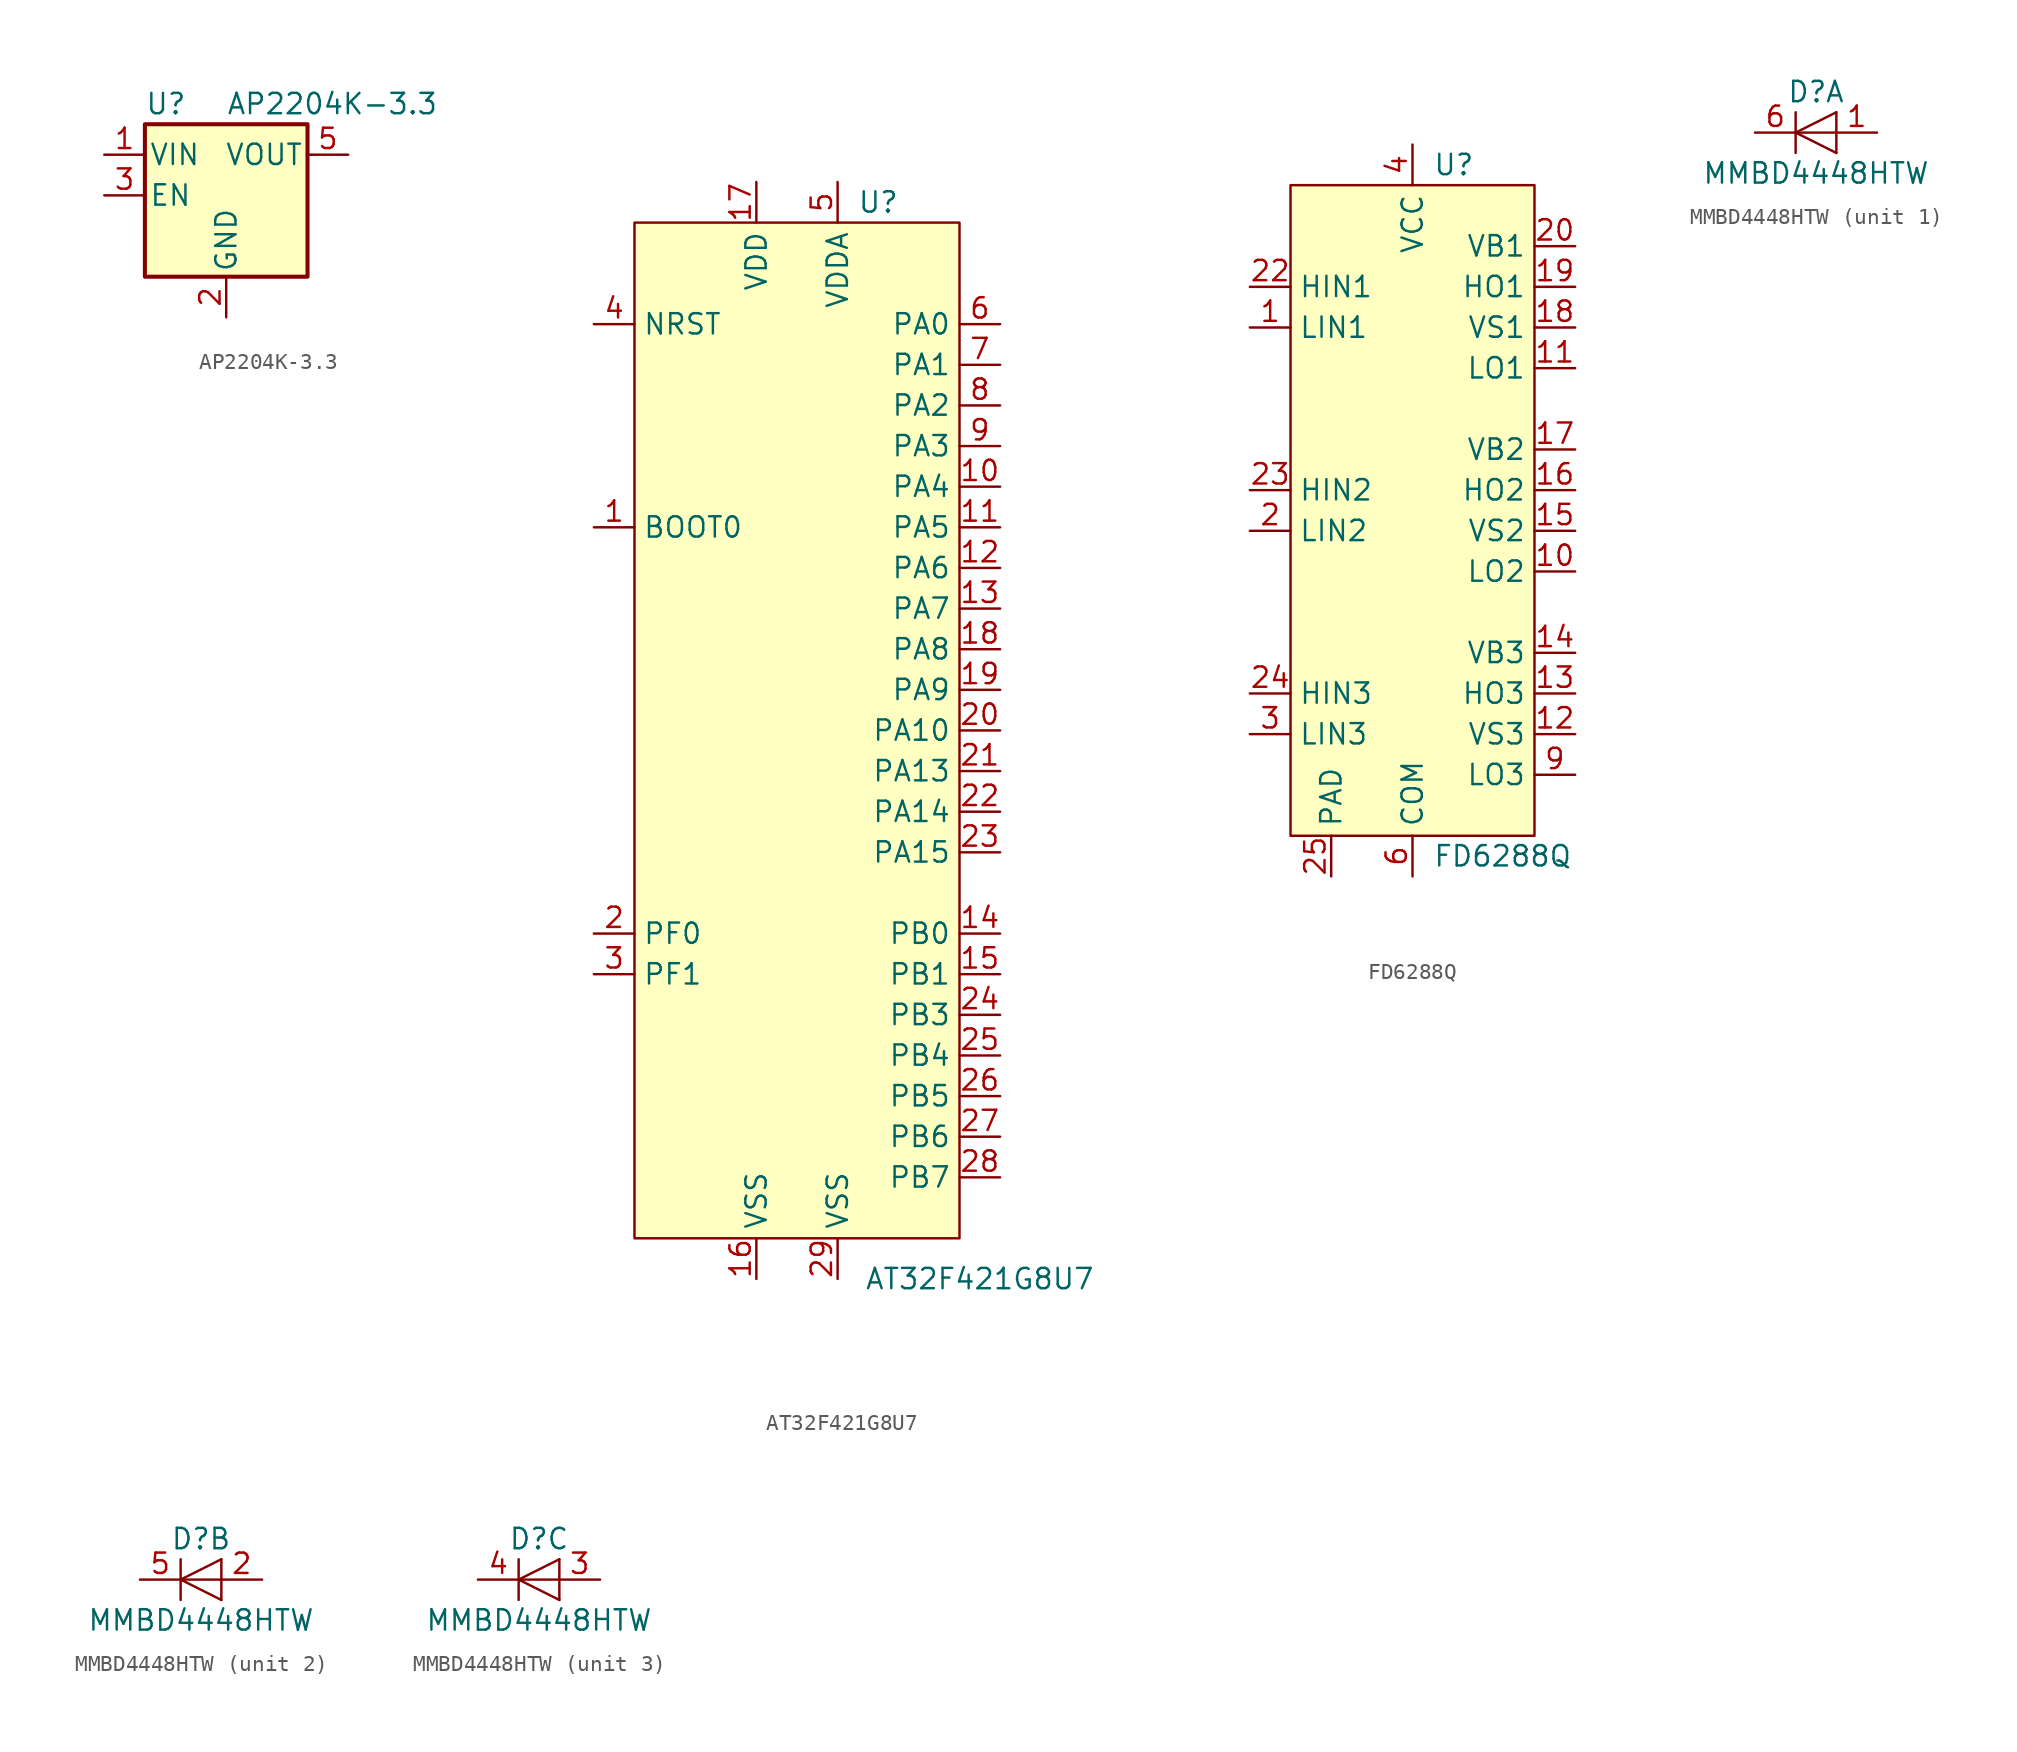
<source format=kicad_sym>
(kicad_symbol_lib
  (version 20220914)
  (generator kicad_symbol_editor)
  (symbol "AP2204K-3.3"
    (pin_names
      (offset 0.254))
    (property "Reference" "U"
      (at -5.08 5.715 0)
      (effects (font (size 1.27 1.27)) (justify left)))
    (property "Value" "AP2204K-3.3"
      (at 0 5.715 0)
      (effects (font (size 1.27 1.27)) (justify left)))
    (symbol "AP2204K-3.3_0_1"
      (rectangle (start -5.08 4.445) (end 5.08 -5.08) (stroke (width 0.254) (type default)) (fill (type background))))
    (symbol "AP2204K-3.3_1_1"
      (pin power_in line (at -7.62 2.54 0) (length 2.54) (name "VIN" (effects (font (size 1.27 1.27)))) (number "1" (effects (font (size 1.27 1.27)))))
      (pin power_in line (at 0 -7.62 90) (length 2.54) (name "GND" (effects (font (size 1.27 1.27)))) (number "2" (effects (font (size 1.27 1.27)))))
      (pin input line (at -7.62 0 0) (length 2.54) (name "EN" (effects (font (size 1.27 1.27)))) (number "3" (effects (font (size 1.27 1.27)))))
      (pin no_connect line (at 5.08 0 180) (length 2.54) hide (name "NC" (effects (font (size 1.27 1.27)))) (number "4" (effects (font (size 1.27 1.27)))))
      (pin power_out line (at 7.62 2.54 180) (length 2.54) (name "VOUT" (effects (font (size 1.27 1.27)))) (number "5" (effects (font (size 1.27 1.27)))))))
  (symbol "AT32F421G8U7"
    (property "Reference" "U"
      (at 5.08 33.02 0)
      (effects (font (size 1.27 1.27))))
    (property "Value" "AT32F421G8U7"
      (at 11.43 -34.29 0)
      (effects (font (size 1.27 1.27))))
    (symbol "AT32F421G8U7_1_1"
      (rectangle (start -10.16 31.75) (end 10.16 -31.75) (stroke (width 0) (type default)) (fill (type background)))
      (pin passive line (at -12.7 12.7 0) (length 2.54) (name "BOOT0" (effects (font (size 1.27 1.27)))) (number "1" (effects (font (size 1.27 1.27)))))
      (pin passive line (at 12.7 15.24 180) (length 2.54) (name "PA4" (effects (font (size 1.27 1.27)))) (number "10" (effects (font (size 1.27 1.27)))))
      (pin passive line (at 12.7 12.7 180) (length 2.54) (name "PA5" (effects (font (size 1.27 1.27)))) (number "11" (effects (font (size 1.27 1.27)))))
      (pin passive line (at 12.7 10.16 180) (length 2.54) (name "PA6" (effects (font (size 1.27 1.27)))) (number "12" (effects (font (size 1.27 1.27)))))
      (pin passive line (at 12.7 7.62 180) (length 2.54) (name "PA7" (effects (font (size 1.27 1.27)))) (number "13" (effects (font (size 1.27 1.27)))))
      (pin passive line (at 12.7 -12.7 180) (length 2.54) (name "PB0" (effects (font (size 1.27 1.27)))) (number "14" (effects (font (size 1.27 1.27)))))
      (pin passive line (at 12.7 -15.24 180) (length 2.54) (name "PB1" (effects (font (size 1.27 1.27)))) (number "15" (effects (font (size 1.27 1.27)))))
      (pin passive line (at -2.54 -34.29 90) (length 2.54) (name "VSS" (effects (font (size 1.27 1.27)))) (number "16" (effects (font (size 1.27 1.27)))))
      (pin passive line (at -2.54 34.29 270) (length 2.54) (name "VDD" (effects (font (size 1.27 1.27)))) (number "17" (effects (font (size 1.27 1.27)))))
      (pin passive line (at 12.7 5.08 180) (length 2.54) (name "PA8" (effects (font (size 1.27 1.27)))) (number "18" (effects (font (size 1.27 1.27)))))
      (pin passive line (at 12.7 2.54 180) (length 2.54) (name "PA9" (effects (font (size 1.27 1.27)))) (number "19" (effects (font (size 1.27 1.27)))))
      (pin passive line (at -12.7 -12.7 0) (length 2.54) (name "PF0" (effects (font (size 1.27 1.27)))) (number "2" (effects (font (size 1.27 1.27)))))
      (pin passive line (at 12.7 0 180) (length 2.54) (name "PA10" (effects (font (size 1.27 1.27)))) (number "20" (effects (font (size 1.27 1.27)))))
      (pin passive line (at 12.7 -2.54 180) (length 2.54) (name "PA13" (effects (font (size 1.27 1.27)))) (number "21" (effects (font (size 1.27 1.27)))))
      (pin passive line (at 12.7 -5.08 180) (length 2.54) (name "PA14" (effects (font (size 1.27 1.27)))) (number "22" (effects (font (size 1.27 1.27)))))
      (pin passive line (at 12.7 -7.62 180) (length 2.54) (name "PA15" (effects (font (size 1.27 1.27)))) (number "23" (effects (font (size 1.27 1.27)))))
      (pin passive line (at 12.7 -17.78 180) (length 2.54) (name "PB3" (effects (font (size 1.27 1.27)))) (number "24" (effects (font (size 1.27 1.27)))))
      (pin passive line (at 12.7 -20.32 180) (length 2.54) (name "PB4" (effects (font (size 1.27 1.27)))) (number "25" (effects (font (size 1.27 1.27)))))
      (pin passive line (at 12.7 -22.86 180) (length 2.54) (name "PB5" (effects (font (size 1.27 1.27)))) (number "26" (effects (font (size 1.27 1.27)))))
      (pin passive line (at 12.7 -25.4 180) (length 2.54) (name "PB6" (effects (font (size 1.27 1.27)))) (number "27" (effects (font (size 1.27 1.27)))))
      (pin passive line (at 12.7 -27.94 180) (length 2.54) (name "PB7" (effects (font (size 1.27 1.27)))) (number "28" (effects (font (size 1.27 1.27)))))
      (pin passive line (at 2.54 -34.29 90) (length 2.54) (name "VSS" (effects (font (size 1.27 1.27)))) (number "29" (effects (font (size 1.27 1.27)))))
      (pin passive line (at -12.7 -15.24 0) (length 2.54) (name "PF1" (effects (font (size 1.27 1.27)))) (number "3" (effects (font (size 1.27 1.27)))))
      (pin passive line (at -12.7 25.4 0) (length 2.54) (name "NRST" (effects (font (size 1.27 1.27)))) (number "4" (effects (font (size 1.27 1.27)))))
      (pin passive line (at 2.54 34.29 270) (length 2.54) (name "VDDA" (effects (font (size 1.27 1.27)))) (number "5" (effects (font (size 1.27 1.27)))))
      (pin passive line (at 12.7 25.4 180) (length 2.54) (name "PA0" (effects (font (size 1.27 1.27)))) (number "6" (effects (font (size 1.27 1.27)))))
      (pin passive line (at 12.7 22.86 180) (length 2.54) (name "PA1" (effects (font (size 1.27 1.27)))) (number "7" (effects (font (size 1.27 1.27)))))
      (pin passive line (at 12.7 20.32 180) (length 2.54) (name "PA2" (effects (font (size 1.27 1.27)))) (number "8" (effects (font (size 1.27 1.27)))))
      (pin passive line (at 12.7 17.78 180) (length 2.54) (name "PA3" (effects (font (size 1.27 1.27)))) (number "9" (effects (font (size 1.27 1.27)))))))
  (symbol "FD6288Q"
    (property "Reference" "U"
      (at 1.27 21.59 0)
      (effects (font (size 1.27 1.27)) (justify left)))
    (property "Value" "FD6288Q"
      (at 1.27 -21.59 0)
      (effects (font (size 1.27 1.27)) (justify left)))
    (symbol "FD6288Q_1_1"
      (rectangle (start -7.62 20.32) (end 7.62 -20.32) (stroke (width 0) (type default)) (fill (type background)))
      (pin passive line (at -10.16 11.43 0) (length 2.54) (name "LIN1" (effects (font (size 1.27 1.27)))) (number "1" (effects (font (size 1.27 1.27)))))
      (pin passive line (at 10.16 -3.81 180) (length 2.54) (name "LO2" (effects (font (size 1.27 1.27)))) (number "10" (effects (font (size 1.27 1.27)))))
      (pin passive line (at 10.16 8.89 180) (length 2.54) (name "LO1" (effects (font (size 1.27 1.27)))) (number "11" (effects (font (size 1.27 1.27)))))
      (pin passive line (at 10.16 -13.97 180) (length 2.54) (name "VS3" (effects (font (size 1.27 1.27)))) (number "12" (effects (font (size 1.27 1.27)))))
      (pin passive line (at 10.16 -11.43 180) (length 2.54) (name "HO3" (effects (font (size 1.27 1.27)))) (number "13" (effects (font (size 1.27 1.27)))))
      (pin passive line (at 10.16 -8.89 180) (length 2.54) (name "VB3" (effects (font (size 1.27 1.27)))) (number "14" (effects (font (size 1.27 1.27)))))
      (pin passive line (at 10.16 -1.27 180) (length 2.54) (name "VS2" (effects (font (size 1.27 1.27)))) (number "15" (effects (font (size 1.27 1.27)))))
      (pin passive line (at 10.16 1.27 180) (length 2.54) (name "HO2" (effects (font (size 1.27 1.27)))) (number "16" (effects (font (size 1.27 1.27)))))
      (pin passive line (at 10.16 3.81 180) (length 2.54) (name "VB2" (effects (font (size 1.27 1.27)))) (number "17" (effects (font (size 1.27 1.27)))))
      (pin passive line (at 10.16 11.43 180) (length 2.54) (name "VS1" (effects (font (size 1.27 1.27)))) (number "18" (effects (font (size 1.27 1.27)))))
      (pin passive line (at 10.16 13.97 180) (length 2.54) (name "HO1" (effects (font (size 1.27 1.27)))) (number "19" (effects (font (size 1.27 1.27)))))
      (pin passive line (at -10.16 -1.27 0) (length 2.54) (name "LIN2" (effects (font (size 1.27 1.27)))) (number "2" (effects (font (size 1.27 1.27)))))
      (pin passive line (at 10.16 16.51 180) (length 2.54) (name "VB1" (effects (font (size 1.27 1.27)))) (number "20" (effects (font (size 1.27 1.27)))))
      (pin no_connect line (at -6.35 22.86 270) (length 2.54) hide (name "NC" (effects (font (size 1.27 1.27)))) (number "21" (effects (font (size 1.27 1.27)))))
      (pin passive line (at -10.16 13.97 0) (length 2.54) (name "HIN1" (effects (font (size 1.27 1.27)))) (number "22" (effects (font (size 1.27 1.27)))))
      (pin passive line (at -10.16 1.27 0) (length 2.54) (name "HIN2" (effects (font (size 1.27 1.27)))) (number "23" (effects (font (size 1.27 1.27)))))
      (pin passive line (at -10.16 -11.43 0) (length 2.54) (name "HIN3" (effects (font (size 1.27 1.27)))) (number "24" (effects (font (size 1.27 1.27)))))
      (pin passive line (at -5.08 -22.86 90) (length 2.54) (name "PAD" (effects (font (size 1.27 1.27)))) (number "25" (effects (font (size 1.27 1.27)))))
      (pin passive line (at -10.16 -13.97 0) (length 2.54) (name "LIN3" (effects (font (size 1.27 1.27)))) (number "3" (effects (font (size 1.27 1.27)))))
      (pin passive line (at 0 22.86 270) (length 2.54) (name "VCC" (effects (font (size 1.27 1.27)))) (number "4" (effects (font (size 1.27 1.27)))))
      (pin no_connect line (at -10.16 6.35 0) (length 2.54) hide (name "NC" (effects (font (size 1.27 1.27)))) (number "5" (effects (font (size 1.27 1.27)))))
      (pin passive line (at 0 -22.86 90) (length 2.54) (name "COM" (effects (font (size 1.27 1.27)))) (number "6" (effects (font (size 1.27 1.27)))))
      (pin no_connect line (at -10.16 -6.35 0) (length 2.54) hide (name "NC" (effects (font (size 1.27 1.27)))) (number "7" (effects (font (size 1.27 1.27)))))
      (pin passive line (at 10.16 -16.51 180) (length 2.54) (name "LO3" (effects (font (size 1.27 1.27)))) (number "9" (effects (font (size 1.27 1.27)))))))
  (symbol "MMBD4448HTW"
    (pin_names
      (offset 1.016) hide)
    (property "Reference" "D"
      (at 0 2.54 0)
      (effects (font (size 1.27 1.27))))
    (property "Value" "MMBD4448HTW"
      (at 0 -2.54 0)
      (effects (font (size 1.27 1.27))))
    (symbol "MMBD4448HTW_0_1"
      (polyline (pts (xy -1.27 1.27) (xy -1.27 -1.27)) (stroke (width 0.152) (type default)) (fill (type none)))
      (polyline (pts (xy 1.27 0) (xy -1.27 0)) (stroke (width 0) (type default)) (fill (type none)))
      (polyline (pts (xy 1.27 1.27) (xy 1.27 -1.27)) (stroke (width 0) (type default)) (fill (type none)))
      (polyline (pts (xy 1.27 1.27) (xy -1.27 0) (xy 1.27 -1.27)) (stroke (width 0) (type default)) (fill (type none))))
    (symbol "MMBD4448HTW_1_1"
      (pin passive line (at 3.81 0 180) (length 2.54) (name "A" (effects (font (size 1.27 1.27)))) (number "1" (effects (font (size 1.27 1.27)))))
      (pin passive line (at -3.81 0 0) (length 2.54) (name "K" (effects (font (size 1.27 1.27)))) (number "6" (effects (font (size 1.27 1.27))))))
    (symbol "MMBD4448HTW_2_1"
      (pin passive line (at 3.81 0 180) (length 2.54) (name "A" (effects (font (size 1.27 1.27)))) (number "2" (effects (font (size 1.27 1.27)))))
      (pin passive line (at -3.81 0 0) (length 2.54) (name "K" (effects (font (size 1.27 1.27)))) (number "5" (effects (font (size 1.27 1.27))))))
    (symbol "MMBD4448HTW_3_1"
      (pin passive line (at 3.81 0 180) (length 2.54) (name "A" (effects (font (size 1.27 1.27)))) (number "3" (effects (font (size 1.27 1.27)))))
      (pin passive line (at -3.81 0 0) (length 2.54) (name "K" (effects (font (size 1.27 1.27)))) (number "4" (effects (font (size 1.27 1.27))))))))
</source>
